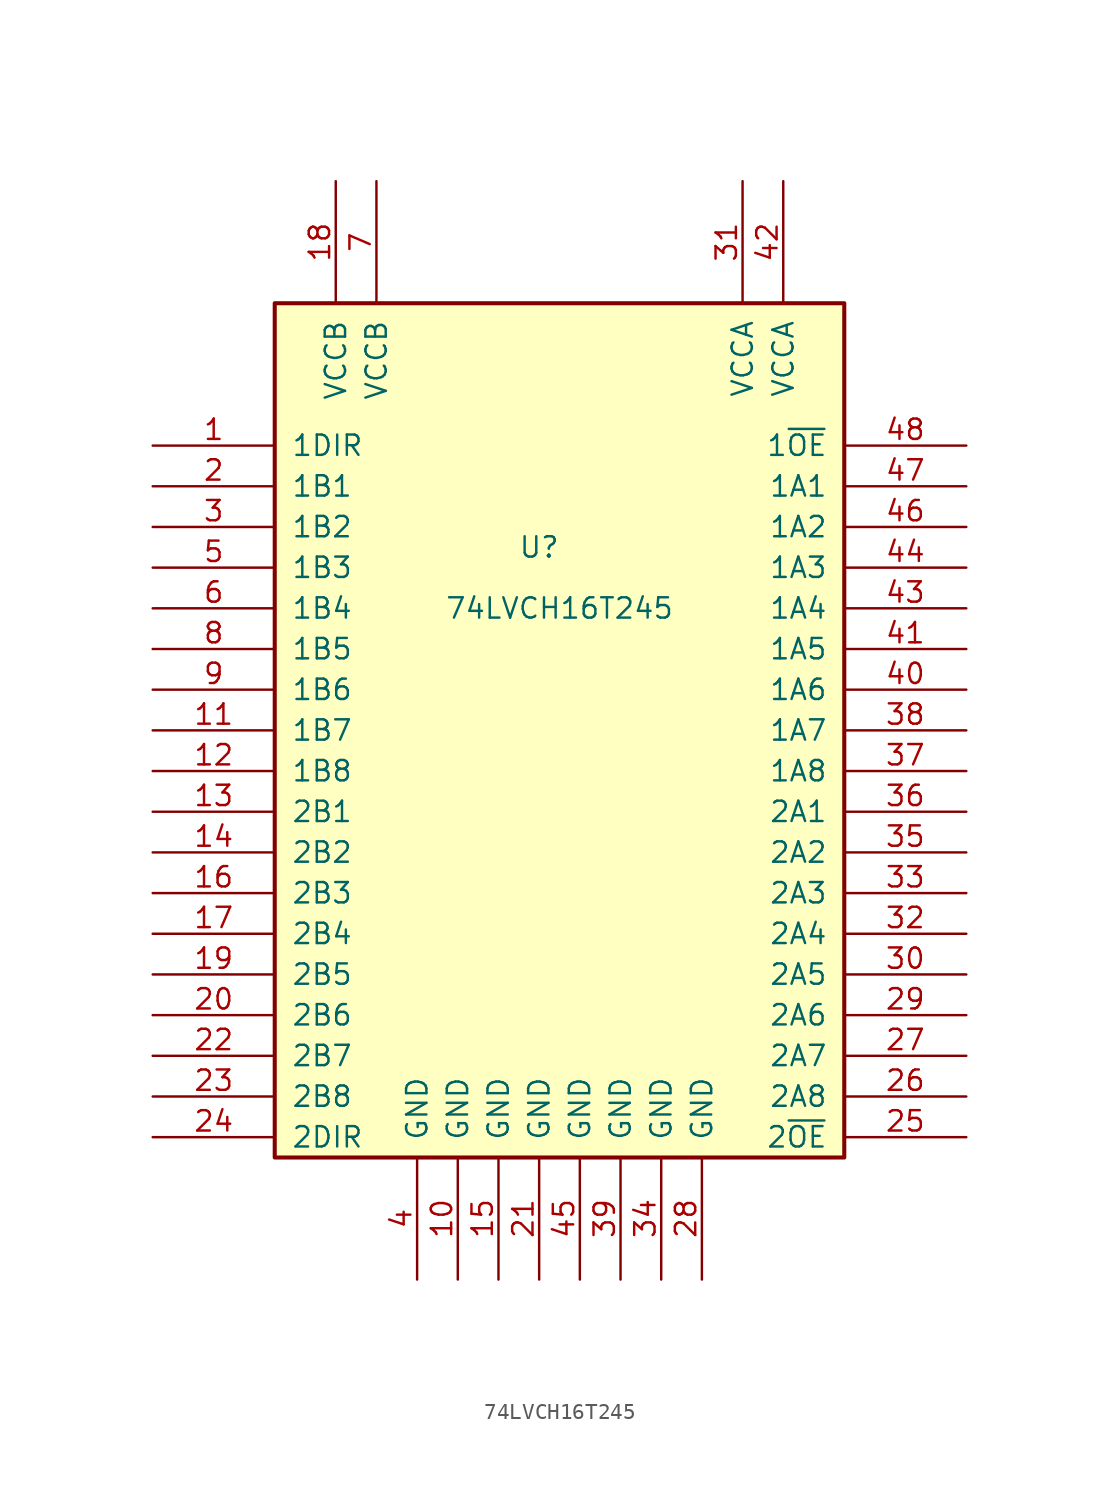
<source format=kicad_sym>
(kicad_symbol_lib
  (version 20220914)
  (generator kicad_symbol_editor)
  (symbol "74LVCH16T245"
    (pin_names
      (offset 1.016))
    (property "Reference" "U"
      (at -5.08 15.24 0)
      (effects (font (size 1.27 1.27))))
    (property "Value" "74LVCH16T245"
      (at -3.81 11.43 0)
      (effects (font (size 1.27 1.27))))
    (symbol "74LVCH16T245_1_0"
      (rectangle (start -21.59 30.48) (end 13.97 -22.86) (stroke (width 0.254) (type solid)) (fill (type background))))
    (symbol "74LVCH16T245_1_1"
      (pin bidirectional line (at -29.21 21.59 0) (length 7.62) (name "1DIR" (effects (font (size 1.27 1.27)))) (number "1" (effects (font (size 1.27 1.27)))))
      (pin bidirectional line (at -10.16 -30.48 90) (length 7.62) (name "GND" (effects (font (size 1.27 1.27)))) (number "10" (effects (font (size 1.27 1.27)))))
      (pin bidirectional line (at -29.21 3.81 0) (length 7.62) (name "1B7" (effects (font (size 1.27 1.27)))) (number "11" (effects (font (size 1.27 1.27)))))
      (pin bidirectional line (at -29.21 1.27 0) (length 7.62) (name "1B8" (effects (font (size 1.27 1.27)))) (number "12" (effects (font (size 1.27 1.27)))))
      (pin bidirectional line (at -29.21 -1.27 0) (length 7.62) (name "2B1" (effects (font (size 1.27 1.27)))) (number "13" (effects (font (size 1.27 1.27)))))
      (pin bidirectional line (at -29.21 -3.81 0) (length 7.62) (name "2B2" (effects (font (size 1.27 1.27)))) (number "14" (effects (font (size 1.27 1.27)))))
      (pin bidirectional line (at -7.62 -30.48 90) (length 7.62) (name "GND" (effects (font (size 1.27 1.27)))) (number "15" (effects (font (size 1.27 1.27)))))
      (pin bidirectional line (at -29.21 -6.35 0) (length 7.62) (name "2B3" (effects (font (size 1.27 1.27)))) (number "16" (effects (font (size 1.27 1.27)))))
      (pin bidirectional line (at -29.21 -8.89 0) (length 7.62) (name "2B4" (effects (font (size 1.27 1.27)))) (number "17" (effects (font (size 1.27 1.27)))))
      (pin power_in line (at -17.78 38.1 270) (length 7.62) (name "VCCB" (effects (font (size 1.27 1.27)))) (number "18" (effects (font (size 1.27 1.27)))))
      (pin bidirectional line (at -29.21 -11.43 0) (length 7.62) (name "2B5" (effects (font (size 1.27 1.27)))) (number "19" (effects (font (size 1.27 1.27)))))
      (pin bidirectional line (at -29.21 19.05 0) (length 7.62) (name "1B1" (effects (font (size 1.27 1.27)))) (number "2" (effects (font (size 1.27 1.27)))))
      (pin bidirectional line (at -29.21 -13.97 0) (length 7.62) (name "2B6" (effects (font (size 1.27 1.27)))) (number "20" (effects (font (size 1.27 1.27)))))
      (pin bidirectional line (at -5.08 -30.48 90) (length 7.62) (name "GND" (effects (font (size 1.27 1.27)))) (number "21" (effects (font (size 1.27 1.27)))))
      (pin bidirectional line (at -29.21 -16.51 0) (length 7.62) (name "2B7" (effects (font (size 1.27 1.27)))) (number "22" (effects (font (size 1.27 1.27)))))
      (pin bidirectional line (at -29.21 -19.05 0) (length 7.62) (name "2B8" (effects (font (size 1.27 1.27)))) (number "23" (effects (font (size 1.27 1.27)))))
      (pin bidirectional line (at -29.21 -21.59 0) (length 7.62) (name "2DIR" (effects (font (size 1.27 1.27)))) (number "24" (effects (font (size 1.27 1.27)))))
      (pin bidirectional line (at 21.59 -21.59 180) (length 7.62) (name "2~{OE}" (effects (font (size 1.27 1.27)))) (number "25" (effects (font (size 1.27 1.27)))))
      (pin bidirectional line (at 21.59 -19.05 180) (length 7.62) (name "2A8" (effects (font (size 1.27 1.27)))) (number "26" (effects (font (size 1.27 1.27)))))
      (pin bidirectional line (at 21.59 -16.51 180) (length 7.62) (name "2A7" (effects (font (size 1.27 1.27)))) (number "27" (effects (font (size 1.27 1.27)))))
      (pin bidirectional line (at 5.08 -30.48 90) (length 7.62) (name "GND" (effects (font (size 1.27 1.27)))) (number "28" (effects (font (size 1.27 1.27)))))
      (pin bidirectional line (at 21.59 -13.97 180) (length 7.62) (name "2A6" (effects (font (size 1.27 1.27)))) (number "29" (effects (font (size 1.27 1.27)))))
      (pin bidirectional line (at -29.21 16.51 0) (length 7.62) (name "1B2" (effects (font (size 1.27 1.27)))) (number "3" (effects (font (size 1.27 1.27)))))
      (pin bidirectional line (at 21.59 -11.43 180) (length 7.62) (name "2A5" (effects (font (size 1.27 1.27)))) (number "30" (effects (font (size 1.27 1.27)))))
      (pin power_in line (at 7.62 38.1 270) (length 7.62) (name "VCCA" (effects (font (size 1.27 1.27)))) (number "31" (effects (font (size 1.27 1.27)))))
      (pin bidirectional line (at 21.59 -8.89 180) (length 7.62) (name "2A4" (effects (font (size 1.27 1.27)))) (number "32" (effects (font (size 1.27 1.27)))))
      (pin bidirectional line (at 21.59 -6.35 180) (length 7.62) (name "2A3" (effects (font (size 1.27 1.27)))) (number "33" (effects (font (size 1.27 1.27)))))
      (pin bidirectional line (at 2.54 -30.48 90) (length 7.62) (name "GND" (effects (font (size 1.27 1.27)))) (number "34" (effects (font (size 1.27 1.27)))))
      (pin bidirectional line (at 21.59 -3.81 180) (length 7.62) (name "2A2" (effects (font (size 1.27 1.27)))) (number "35" (effects (font (size 1.27 1.27)))))
      (pin bidirectional line (at 21.59 -1.27 180) (length 7.62) (name "2A1" (effects (font (size 1.27 1.27)))) (number "36" (effects (font (size 1.27 1.27)))))
      (pin bidirectional line (at 21.59 1.27 180) (length 7.62) (name "1A8" (effects (font (size 1.27 1.27)))) (number "37" (effects (font (size 1.27 1.27)))))
      (pin bidirectional line (at 21.59 3.81 180) (length 7.62) (name "1A7" (effects (font (size 1.27 1.27)))) (number "38" (effects (font (size 1.27 1.27)))))
      (pin bidirectional line (at 0 -30.48 90) (length 7.62) (name "GND" (effects (font (size 1.27 1.27)))) (number "39" (effects (font (size 1.27 1.27)))))
      (pin bidirectional line (at -12.7 -30.48 90) (length 7.62) (name "GND" (effects (font (size 1.27 1.27)))) (number "4" (effects (font (size 1.27 1.27)))))
      (pin bidirectional line (at 21.59 6.35 180) (length 7.62) (name "1A6" (effects (font (size 1.27 1.27)))) (number "40" (effects (font (size 1.27 1.27)))))
      (pin bidirectional line (at 21.59 8.89 180) (length 7.62) (name "1A5" (effects (font (size 1.27 1.27)))) (number "41" (effects (font (size 1.27 1.27)))))
      (pin power_in line (at 10.16 38.1 270) (length 7.62) (name "VCCA" (effects (font (size 1.27 1.27)))) (number "42" (effects (font (size 1.27 1.27)))))
      (pin bidirectional line (at 21.59 11.43 180) (length 7.62) (name "1A4" (effects (font (size 1.27 1.27)))) (number "43" (effects (font (size 1.27 1.27)))))
      (pin bidirectional line (at 21.59 13.97 180) (length 7.62) (name "1A3" (effects (font (size 1.27 1.27)))) (number "44" (effects (font (size 1.27 1.27)))))
      (pin bidirectional line (at -2.54 -30.48 90) (length 7.62) (name "GND" (effects (font (size 1.27 1.27)))) (number "45" (effects (font (size 1.27 1.27)))))
      (pin bidirectional line (at 21.59 16.51 180) (length 7.62) (name "1A2" (effects (font (size 1.27 1.27)))) (number "46" (effects (font (size 1.27 1.27)))))
      (pin bidirectional line (at 21.59 19.05 180) (length 7.62) (name "1A1" (effects (font (size 1.27 1.27)))) (number "47" (effects (font (size 1.27 1.27)))))
      (pin bidirectional line (at 21.59 21.59 180) (length 7.62) (name "1~{OE}" (effects (font (size 1.27 1.27)))) (number "48" (effects (font (size 1.27 1.27)))))
      (pin bidirectional line (at -29.21 13.97 0) (length 7.62) (name "1B3" (effects (font (size 1.27 1.27)))) (number "5" (effects (font (size 1.27 1.27)))))
      (pin bidirectional line (at -29.21 11.43 0) (length 7.62) (name "1B4" (effects (font (size 1.27 1.27)))) (number "6" (effects (font (size 1.27 1.27)))))
      (pin power_in line (at -15.24 38.1 270) (length 7.62) (name "VCCB" (effects (font (size 1.27 1.27)))) (number "7" (effects (font (size 1.27 1.27)))))
      (pin bidirectional line (at -29.21 8.89 0) (length 7.62) (name "1B5" (effects (font (size 1.27 1.27)))) (number "8" (effects (font (size 1.27 1.27)))))
      (pin bidirectional line (at -29.21 6.35 0) (length 7.62) (name "1B6" (effects (font (size 1.27 1.27)))) (number "9" (effects (font (size 1.27 1.27))))))))
</source>
